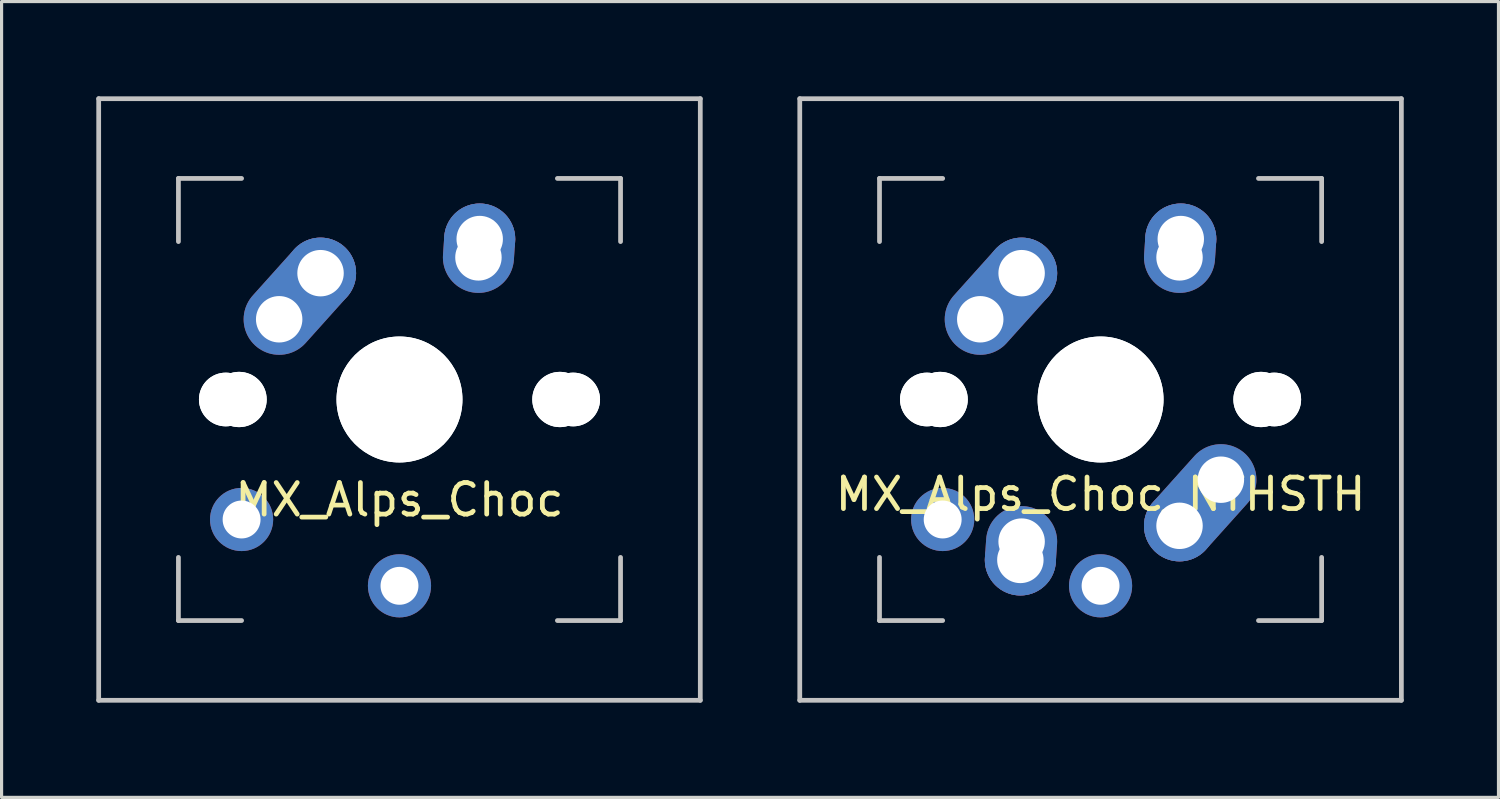
<source format=kicad_pcb>
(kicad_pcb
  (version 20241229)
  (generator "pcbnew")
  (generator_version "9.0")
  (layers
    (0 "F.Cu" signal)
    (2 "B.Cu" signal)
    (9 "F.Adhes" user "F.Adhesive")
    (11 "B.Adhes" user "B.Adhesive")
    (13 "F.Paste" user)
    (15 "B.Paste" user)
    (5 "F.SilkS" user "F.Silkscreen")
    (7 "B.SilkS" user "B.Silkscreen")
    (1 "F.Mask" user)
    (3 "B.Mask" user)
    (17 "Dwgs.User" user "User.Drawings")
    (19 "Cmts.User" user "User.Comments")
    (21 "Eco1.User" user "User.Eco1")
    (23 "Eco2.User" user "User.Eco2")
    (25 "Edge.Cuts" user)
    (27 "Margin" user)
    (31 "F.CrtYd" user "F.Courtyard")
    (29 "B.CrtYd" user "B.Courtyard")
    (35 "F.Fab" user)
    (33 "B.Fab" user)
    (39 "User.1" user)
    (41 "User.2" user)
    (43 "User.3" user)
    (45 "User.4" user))
  (footprint "MX_Alps_Choc_NTHSTH"
    (layer "F.Cu")
    (at 31.8 9.6)
    (property "Reference" "MX_Alps_Choc_NTHSTH" (at 0 3 0) (layer "F.SilkS") (effects (font (size 1 1) (thickness 0.15))))
    (attr through_hole)
    (fp_line (start -9.525 -9.525) (end 9.525 -9.525) (stroke (width 0.15) (type solid)) (layer "Dwgs.User"))
    (fp_line (start -9.525 9.525) (end -9.525 -9.525) (stroke (width 0.15) (type solid)) (layer "Dwgs.User"))
    (fp_line (start -7 -7) (end -7 -5) (stroke (width 0.15) (type solid)) (layer "Dwgs.User"))
    (fp_line (start -7 5) (end -7 7) (stroke (width 0.15) (type solid)) (layer "Dwgs.User"))
    (fp_line (start -7 7) (end -5 7) (stroke (width 0.15) (type solid)) (layer "Dwgs.User"))
    (fp_line (start -5 -7) (end -7 -7) (stroke (width 0.15) (type solid)) (layer "Dwgs.User"))
    (fp_line (start 5 -7) (end 7 -7) (stroke (width 0.15) (type solid)) (layer "Dwgs.User"))
    (fp_line (start 5 7) (end 7 7) (stroke (width 0.15) (type solid)) (layer "Dwgs.User"))
    (fp_line (start 7 -7) (end 7 -5) (stroke (width 0.15) (type solid)) (layer "Dwgs.User"))
    (fp_line (start 7 7) (end 7 5) (stroke (width 0.15) (type solid)) (layer "Dwgs.User"))
    (fp_line (start 9.525 -9.525) (end 9.525 9.525) (stroke (width 0.15) (type solid)) (layer "Dwgs.User"))
    (fp_line (start 9.525 9.525) (end -9.525 9.525) (stroke (width 0.15) (type solid)) (layer "Dwgs.User"))
    (pad "" np_thru_hole circle (at -5.5 0 228.1) (size 1.7 1.7) (drill 1.7) (layers "*.Cu" "*.Mask"))
    (pad "" np_thru_hole circle (at -5.5 0 48.1) (size 1.7 1.7) (drill 1.7) (layers "*.Cu" "*.Mask"))
    (pad "" np_thru_hole circle (at -5.08 0 228.1) (size 1.75 1.75) (drill 1.75) (layers "*.Cu" "*.Mask"))
    (pad "" np_thru_hole circle (at -5.08 0 48.1) (size 1.75 1.75) (drill 1.75) (layers "*.Cu" "*.Mask"))
    (pad "" np_thru_hole circle (at 0 0 180) (size 3.988 3.988) (drill 3.988) (layers "*.Cu" "*.Mask"))
    (pad "" np_thru_hole circle (at 0 0) (size 3.988 3.988) (drill 3.988) (layers "*.Cu" "*.Mask"))
    (pad "" np_thru_hole circle (at 5.08 0 228.1) (size 1.75 1.75) (drill 1.75) (layers "*.Cu" "*.Mask"))
    (pad "" np_thru_hole circle (at 5.08 0 48.1) (size 1.75 1.75) (drill 1.75) (layers "*.Cu" "*.Mask"))
    (pad "" np_thru_hole circle (at 5.5 0 48.1) (size 1.7 1.7) (drill 1.7) (layers "*.Cu" "*.Mask"))
    (pad "" np_thru_hole circle (at 5.5 0 228.1) (size 1.7 1.7) (drill 1.7) (layers "*.Cu" "*.Mask"))
    (pad "1" thru_hole circle (at -5 3.8 180) (size 2 2) (drill 1.2) (layers "*.Cu" "*.Mask"))
    (pad "1" thru_hole circle (at -2.54 5.08 180) (size 2.25 2.25) (drill 1.47) (layers "*.Cu" "*.Mask"))
    (pad "1" thru_hole oval (at -2.5 4.5 266.1) (size 2.831 2.25) (drill 1.47 (offset 0.291 0)) (layers "*.Cu" "*.Mask"))
    (pad "1" thru_hole oval (at 2.5 -4.5 86.1) (size 2.831 2.25) (drill 1.47 (offset 0.291 0)) (layers "*.Cu" "*.Mask"))
    (pad "1" thru_hole circle (at 2.54 -5.08) (size 2.25 2.25) (drill 1.47) (layers "*.Cu" "*.Mask"))
    (pad "2" thru_hole oval (at -3.81 -2.54 48.1) (size 4.212 2.25) (drill 1.47 (offset 0.981 0)) (layers "*.Cu" "*.Mask"))
    (pad "2" thru_hole circle (at -2.5 -4) (size 2.25 2.25) (drill 1.47) (layers "*.Cu" "*.Mask"))
    (pad "2" thru_hole circle (at 0 5.9 180) (size 2 2) (drill 1.2) (layers "*.Cu" "*.Mask"))
    (pad "2" thru_hole circle (at 2.5 4 180) (size 2.25 2.25) (drill 1.47) (layers "*.Cu" "*.Mask"))
    (pad "2" thru_hole oval (at 3.81 2.54 228.1) (size 4.212 2.25) (drill 1.47 (offset 0.981 0)) (layers "*.Cu" "*.Mask")))
  (footprint "MX_Alps_Choc"
    (layer "F.Cu")
    (at 9.6 9.6)
    (property "Reference" "MX_Alps_Choc" (at 0 3.175 0) (layer "F.SilkS") (effects (font (size 1 1) (thickness 0.15))))
    (attr through_hole)
    (fp_line (start -9.525 -9.525) (end 9.525 -9.525) (stroke (width 0.15) (type solid)) (layer "Dwgs.User"))
    (fp_line (start -9.525 9.525) (end -9.525 -9.525) (stroke (width 0.15) (type solid)) (layer "Dwgs.User"))
    (fp_line (start -7 -7) (end -7 -5) (stroke (width 0.15) (type solid)) (layer "Dwgs.User"))
    (fp_line (start -7 5) (end -7 7) (stroke (width 0.15) (type solid)) (layer "Dwgs.User"))
    (fp_line (start -7 7) (end -5 7) (stroke (width 0.15) (type solid)) (layer "Dwgs.User"))
    (fp_line (start -5 -7) (end -7 -7) (stroke (width 0.15) (type solid)) (layer "Dwgs.User"))
    (fp_line (start 5 -7) (end 7 -7) (stroke (width 0.15) (type solid)) (layer "Dwgs.User"))
    (fp_line (start 5 7) (end 7 7) (stroke (width 0.15) (type solid)) (layer "Dwgs.User"))
    (fp_line (start 7 -7) (end 7 -5) (stroke (width 0.15) (type solid)) (layer "Dwgs.User"))
    (fp_line (start 7 7) (end 7 5) (stroke (width 0.15) (type solid)) (layer "Dwgs.User"))
    (fp_line (start 9.525 -9.525) (end 9.525 9.525) (stroke (width 0.15) (type solid)) (layer "Dwgs.User"))
    (fp_line (start 9.525 9.525) (end -9.525 9.525) (stroke (width 0.15) (type solid)) (layer "Dwgs.User"))
    (pad "" np_thru_hole circle (at -5.5 0 228.1) (size 1.7 1.7) (drill 1.7) (layers "*.Cu" "*.Mask"))
    (pad "" np_thru_hole circle (at -5.5 0 48.1) (size 1.7 1.7) (drill 1.7) (layers "*.Cu" "*.Mask"))
    (pad "" np_thru_hole circle (at -5.08 0 48.1) (size 1.75 1.75) (drill 1.75) (layers "*.Cu" "*.Mask"))
    (pad "" np_thru_hole circle (at -5.08 0 228.1) (size 1.75 1.75) (drill 1.75) (layers "*.Cu" "*.Mask"))
    (pad "" np_thru_hole circle (at 0 0) (size 3.988 3.988) (drill 3.988) (layers "*.Cu" "*.Mask"))
    (pad "" np_thru_hole circle (at 0 0 180) (size 3.988 3.988) (drill 3.988) (layers "*.Cu" "*.Mask"))
    (pad "" np_thru_hole circle (at 5.08 0 228.1) (size 1.75 1.75) (drill 1.75) (layers "*.Cu" "*.Mask"))
    (pad "" np_thru_hole circle (at 5.08 0 48.1) (size 1.75 1.75) (drill 1.75) (layers "*.Cu" "*.Mask"))
    (pad "" np_thru_hole circle (at 5.5 0 48.1) (size 1.7 1.7) (drill 1.7) (layers "*.Cu" "*.Mask"))
    (pad "" np_thru_hole circle (at 5.5 0 228.1) (size 1.7 1.7) (drill 1.7) (layers "*.Cu" "*.Mask"))
    (pad "1" thru_hole circle (at -5 3.8 180) (size 2 2) (drill 1.2) (layers "*.Cu" "*.Mask"))
    (pad "1" thru_hole oval (at 2.5 -4.5 86.1) (size 2.831 2.25) (drill 1.47 (offset 0.291 0)) (layers "*.Cu" "*.Mask"))
    (pad "1" thru_hole circle (at 2.54 -5.08) (size 2.25 2.25) (drill 1.47) (layers "*.Cu" "*.Mask"))
    (pad "2" thru_hole oval (at -3.81 -2.54 48.1) (size 4.212 2.25) (drill 1.47 (offset 0.981 0)) (layers "*.Cu" "*.Mask"))
    (pad "2" thru_hole circle (at -2.5 -4) (size 2.25 2.25) (drill 1.47) (layers "*.Cu" "*.Mask"))
    (pad "2" thru_hole circle (at 0 5.9 180) (size 2 2) (drill 1.2) (layers "*.Cu" "*.Mask")))
  (gr_rect
    (start -3 -3)
    (end 44.4 22.2)
    (stroke (width 0.1) (type default))
    (fill no)
    (layer "Edge.Cuts")))
</source>
